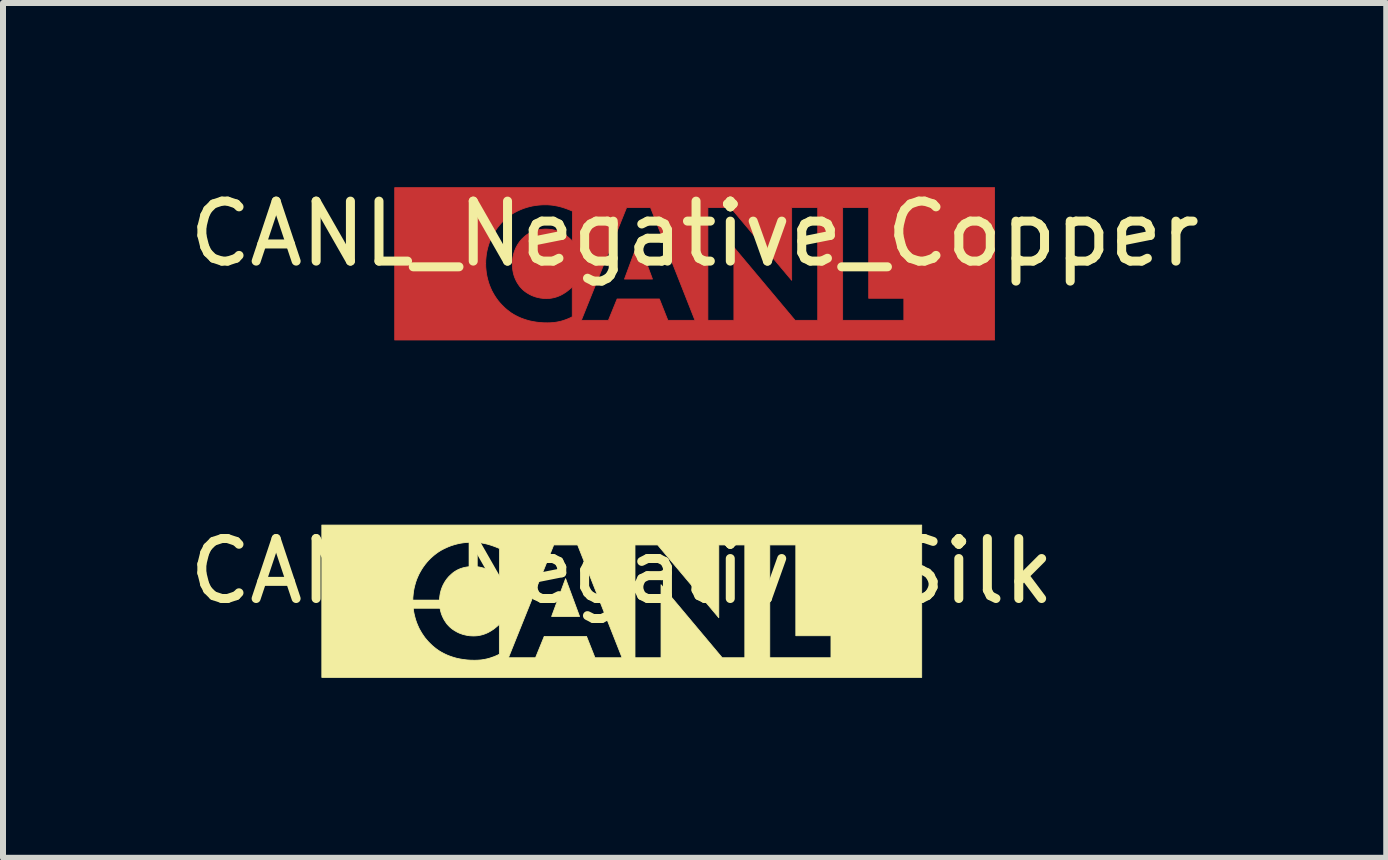
<source format=kicad_pcb>
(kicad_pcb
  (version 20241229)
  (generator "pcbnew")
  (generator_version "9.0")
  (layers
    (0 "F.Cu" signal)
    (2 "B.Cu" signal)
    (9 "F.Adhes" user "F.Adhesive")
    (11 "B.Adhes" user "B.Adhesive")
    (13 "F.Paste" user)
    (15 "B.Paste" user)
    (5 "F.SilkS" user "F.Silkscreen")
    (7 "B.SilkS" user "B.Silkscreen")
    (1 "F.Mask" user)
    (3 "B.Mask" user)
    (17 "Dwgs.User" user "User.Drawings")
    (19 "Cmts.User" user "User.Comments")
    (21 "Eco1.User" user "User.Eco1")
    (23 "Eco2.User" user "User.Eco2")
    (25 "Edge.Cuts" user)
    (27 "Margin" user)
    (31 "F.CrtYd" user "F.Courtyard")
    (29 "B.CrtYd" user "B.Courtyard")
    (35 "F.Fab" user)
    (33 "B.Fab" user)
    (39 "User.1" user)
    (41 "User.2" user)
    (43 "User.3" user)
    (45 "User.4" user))
  (footprint "CANL_Negative_Silk"
    (layer "F.Cu")
    (at 7.315 6.973)
    (property "Reference" "CANL_Negative_Silk" (at 0 -0.5 0) (unlocked yes) (layer "F.SilkS") (effects (font (size 1 1) (thickness 0.15))))
    (fp_poly (pts (xy -0.703 0.254) (xy -1.169 0.254) (xy -0.936 -0.377)) (stroke (width 0.013) (type solid)) (fill yes) (layer "F.SilkS"))
    (fp_poly (pts (xy 5.001 1.27) (xy -5 1.27) (xy -5 -0.004) (xy -3.483 -0.004) (xy -3.482 0.052) (xy -3.477 0.107) (xy -3.471 0.16) (xy -3.461 0.212) (xy -3.449 0.262) (xy -3.435 0.311) (xy -3.419 0.358) (xy -3.4 0.404) (xy -3.38 0.449) (xy -3.357 0.491) (xy -3.333 0.532) (xy -3.307 0.571) (xy -3.28 0.609) (xy -3.251 0.644) (xy -3.221 0.678) (xy -3.19 0.709) (xy -3.16 0.738) (xy -3.128 0.765) (xy -3.094 0.792) (xy -3.058 0.818) (xy -3.02 0.842) (xy -2.98 0.864) (xy -2.938 0.885) (xy -2.893 0.905) (xy -2.846 0.922) (xy -2.797 0.938) (xy -2.746 0.952) (xy -2.692 0.963) (xy -2.636 0.972) (xy -2.578 0.979) (xy -2.516 0.983) (xy -2.453 0.984) (xy -2.409 0.983) (xy -2.364 0.98) (xy -2.34 0.978) (xy -2.315 0.974) (xy -2.29 0.97) (xy -2.265 0.965) (xy -2.238 0.959) (xy -2.211 0.952) (xy -2.184 0.943) (xy -2.18 0.942) (xy -1.889 0.942) (xy -1.437 0.942) (xy -1.292 0.586) (xy -0.587 0.586) (xy -0.446 0.942) (xy 0.006 0.942) (xy 0.221 0.942) (xy 0.655 0.942) (xy 0.655 -0.275) (xy 1.675 0.942) (xy 2.052 0.942) (xy 2.468 0.942) (xy 3.488 0.942) (xy 3.488 0.575) (xy 2.902 0.575) (xy 2.902 -0.938) (xy 2.468 -0.938) (xy 2.468 0.942) (xy 2.052 0.942) (xy 2.052 -0.938) (xy 1.618 -0.938) (xy 1.618 0.275) (xy 0.599 -0.938) (xy 0.221 -0.938) (xy 0.221 0.942) (xy 0.006 0.942) (xy -0.735 -0.938) (xy -1.134 -0.938) (xy -1.889 0.942) (xy -2.18 0.942) (xy -2.156 0.934) (xy -2.127 0.923) (xy -2.098 0.911) (xy -2.067 0.897) (xy -2.044 0.885) (xy -2.04 0.885) (xy -2.037 0.882) (xy -2.04 0.884) (xy -2.04 0.885) (xy -2.044 0.885) (xy -2.04 0.884) (xy -2.04 0.385) (xy -2.071 0.413) (xy -2.102 0.439) (xy -2.132 0.463) (xy -2.162 0.483) (xy -2.191 0.501) (xy -2.219 0.517) (xy -2.248 0.531) (xy -2.275 0.542) (xy -2.302 0.552) (xy -2.329 0.56) (xy -2.354 0.566) (xy -2.379 0.571) (xy -2.403 0.575) (xy -2.426 0.577) (xy -2.449 0.578) (xy -2.471 0.579) (xy -2.492 0.578) (xy -2.513 0.577) (xy -2.533 0.576) (xy -2.552 0.573) (xy -2.571 0.571) (xy -2.59 0.567) (xy -2.608 0.563) (xy -2.625 0.559) (xy -2.642 0.555) (xy -2.658 0.55) (xy -2.674 0.544) (xy -2.689 0.539) (xy -2.704 0.533) (xy -2.718 0.527) (xy -2.732 0.52) (xy -2.745 0.514) (xy -2.769 0.5) (xy -2.791 0.487) (xy -2.811 0.474) (xy -2.829 0.461) (xy -2.844 0.449) (xy -2.857 0.438) (xy -2.868 0.428) (xy -2.876 0.42) (xy -2.892 0.403) (xy -2.908 0.386) (xy -2.923 0.367) (xy -2.937 0.346) (xy -2.951 0.325) (xy -2.965 0.302) (xy -2.977 0.278) (xy -2.989 0.253) (xy -3 0.226) (xy -3.01 0.198) (xy -3.018 0.169) (xy -3.025 0.139) (xy -3.031 0.107) (xy -3.035 0.074) (xy -3.038 0.039) (xy -3.039 0.004) (xy -3.038 -0.03) (xy -3.035 -0.063) (xy -3.031 -0.095) (xy -3.026 -0.126) (xy -3.019 -0.156) (xy -3.011 -0.186) (xy -3.001 -0.215) (xy -2.99 -0.243) (xy -2.978 -0.27) (xy -2.964 -0.296) (xy -2.95 -0.321) (xy -2.934 -0.345) (xy -2.918 -0.368) (xy -2.9 -0.39) (xy -2.882 -0.411) (xy -2.862 -0.43) (xy -2.843 -0.448) (xy -2.824 -0.465) (xy -2.804 -0.481) (xy -2.783 -0.495) (xy -2.761 -0.509) (xy -2.739 -0.521) (xy -2.716 -0.532) (xy -2.692 -0.542) (xy -2.668 -0.55) (xy -2.643 -0.558) (xy -2.617 -0.564) (xy -2.591 -0.569) (xy -2.564 -0.573) (xy -2.536 -0.576) (xy -2.507 -0.578) (xy -2.478 -0.579) (xy -2.459 -0.578) (xy -2.441 -0.577) (xy -2.423 -0.576) (xy -2.405 -0.574) (xy -2.387 -0.572) (xy -2.37 -0.569) (xy -2.354 -0.565) (xy -2.337 -0.562) (xy -2.321 -0.557) (xy -2.305 -0.553) (xy -2.275 -0.542) (xy -2.246 -0.53) (xy -2.217 -0.516) (xy -2.191 -0.502) (xy -2.165 -0.486) (xy -2.141 -0.469) (xy -2.117 -0.452) (xy -2.096 -0.434) (xy -2.075 -0.415) (xy -2.055 -0.397) (xy -2.037 -0.377) (xy -2.037 -0.878) (xy -2.071 -0.893) (xy -2.104 -0.906) (xy -2.136 -0.918) (xy -2.167 -0.929) (xy -2.198 -0.939) (xy -2.228 -0.948) (xy -2.257 -0.955) (xy -2.285 -0.962) (xy -2.313 -0.967) (xy -2.339 -0.972) (xy -2.366 -0.976) (xy -2.391 -0.979) (xy -2.416 -0.981) (xy -2.441 -0.983) (xy -2.465 -0.984) (xy -2.488 -0.984) (xy -2.543 -0.983) (xy -2.596 -0.979) (xy -2.648 -0.973) (xy -2.698 -0.965) (xy -2.747 -0.954) (xy -2.795 -0.941) (xy -2.842 -0.926) (xy -2.887 -0.909) (xy -2.93 -0.89) (xy -2.972 -0.87) (xy -3.013 -0.848) (xy -3.052 -0.824) (xy -3.089 -0.798) (xy -3.124 -0.771) (xy -3.158 -0.742) (xy -3.19 -0.713) (xy -3.221 -0.681) (xy -3.251 -0.647) (xy -3.28 -0.611) (xy -3.307 -0.574) (xy -3.333 -0.535) (xy -3.357 -0.494) (xy -3.38 -0.452) (xy -3.4 -0.408) (xy -3.419 -0.363) (xy -3.435 -0.316) (xy -3.449 -0.267) (xy -3.461 -0.218) (xy -3.471 -0.166) (xy -3.477 -0.113) (xy -3.482 -0.059) (xy -3.483 -0.004) (xy -5 -0.004) (xy -5 -1.27) (xy 5.001 -1.27)) (stroke (width 0.013) (type solid)) (fill yes) (layer "F.SilkS")))
  (footprint "CANL_Negative_Copper"
    (layer "F.Cu")
    (at 8.53 1.348)
    (property "Reference" "CANL_Negative_Copper" (at 0 -0.5 0) (unlocked yes) (layer "F.SilkS") (effects (font (size 1 1) (thickness 0.15))))
    (fp_poly (pts (xy -0.703 0.254) (xy -1.169 0.254) (xy -0.936 -0.377)) (stroke (width 0.013) (type solid)) (fill yes) (layer "F.Cu"))
    (fp_poly (pts (xy 5.001 1.27) (xy -5 1.27) (xy -5 -0.004) (xy -3.483 -0.004) (xy -3.482 0.052) (xy -3.477 0.107) (xy -3.471 0.16) (xy -3.461 0.212) (xy -3.449 0.262) (xy -3.435 0.311) (xy -3.419 0.358) (xy -3.4 0.404) (xy -3.38 0.449) (xy -3.357 0.491) (xy -3.333 0.532) (xy -3.307 0.571) (xy -3.28 0.609) (xy -3.251 0.644) (xy -3.221 0.678) (xy -3.19 0.709) (xy -3.16 0.738) (xy -3.128 0.765) (xy -3.094 0.792) (xy -3.058 0.818) (xy -3.02 0.842) (xy -2.98 0.864) (xy -2.938 0.885) (xy -2.893 0.905) (xy -2.846 0.922) (xy -2.797 0.938) (xy -2.746 0.952) (xy -2.692 0.963) (xy -2.636 0.972) (xy -2.578 0.979) (xy -2.516 0.983) (xy -2.453 0.984) (xy -2.409 0.983) (xy -2.364 0.98) (xy -2.34 0.978) (xy -2.315 0.974) (xy -2.29 0.97) (xy -2.265 0.965) (xy -2.238 0.959) (xy -2.211 0.952) (xy -2.184 0.943) (xy -2.18 0.942) (xy -1.889 0.942) (xy -1.437 0.942) (xy -1.292 0.586) (xy -0.587 0.586) (xy -0.446 0.942) (xy 0.006 0.942) (xy 0.221 0.942) (xy 0.655 0.942) (xy 0.655 -0.275) (xy 1.675 0.942) (xy 2.052 0.942) (xy 2.468 0.942) (xy 3.488 0.942) (xy 3.488 0.575) (xy 2.902 0.575) (xy 2.902 -0.938) (xy 2.468 -0.938) (xy 2.468 0.942) (xy 2.052 0.942) (xy 2.052 -0.938) (xy 1.618 -0.938) (xy 1.618 0.275) (xy 0.599 -0.938) (xy 0.221 -0.938) (xy 0.221 0.942) (xy 0.006 0.942) (xy -0.735 -0.938) (xy -1.134 -0.938) (xy -1.889 0.942) (xy -2.18 0.942) (xy -2.156 0.934) (xy -2.127 0.923) (xy -2.098 0.911) (xy -2.067 0.897) (xy -2.044 0.885) (xy -2.04 0.885) (xy -2.037 0.882) (xy -2.04 0.884) (xy -2.04 0.885) (xy -2.044 0.885) (xy -2.04 0.884) (xy -2.04 0.385) (xy -2.071 0.413) (xy -2.102 0.439) (xy -2.132 0.463) (xy -2.162 0.483) (xy -2.191 0.501) (xy -2.219 0.517) (xy -2.248 0.531) (xy -2.275 0.542) (xy -2.302 0.552) (xy -2.329 0.56) (xy -2.354 0.566) (xy -2.379 0.571) (xy -2.403 0.575) (xy -2.426 0.577) (xy -2.449 0.578) (xy -2.471 0.579) (xy -2.492 0.578) (xy -2.513 0.577) (xy -2.533 0.576) (xy -2.552 0.573) (xy -2.571 0.571) (xy -2.59 0.567) (xy -2.608 0.563) (xy -2.625 0.559) (xy -2.642 0.555) (xy -2.658 0.55) (xy -2.674 0.544) (xy -2.689 0.539) (xy -2.704 0.533) (xy -2.718 0.527) (xy -2.732 0.52) (xy -2.745 0.514) (xy -2.769 0.5) (xy -2.791 0.487) (xy -2.811 0.474) (xy -2.829 0.461) (xy -2.844 0.449) (xy -2.857 0.438) (xy -2.868 0.428) (xy -2.876 0.42) (xy -2.892 0.403) (xy -2.908 0.386) (xy -2.923 0.367) (xy -2.937 0.346) (xy -2.951 0.325) (xy -2.965 0.302) (xy -2.977 0.278) (xy -2.989 0.253) (xy -3 0.226) (xy -3.01 0.198) (xy -3.018 0.169) (xy -3.025 0.139) (xy -3.031 0.107) (xy -3.035 0.074) (xy -3.038 0.039) (xy -3.039 0.004) (xy -3.038 -0.03) (xy -3.035 -0.063) (xy -3.031 -0.095) (xy -3.026 -0.126) (xy -3.019 -0.156) (xy -3.011 -0.186) (xy -3.001 -0.215) (xy -2.99 -0.243) (xy -2.978 -0.27) (xy -2.964 -0.296) (xy -2.95 -0.321) (xy -2.934 -0.345) (xy -2.918 -0.368) (xy -2.9 -0.39) (xy -2.882 -0.411) (xy -2.862 -0.43) (xy -2.843 -0.448) (xy -2.824 -0.465) (xy -2.804 -0.481) (xy -2.783 -0.495) (xy -2.761 -0.509) (xy -2.739 -0.521) (xy -2.716 -0.532) (xy -2.692 -0.542) (xy -2.668 -0.55) (xy -2.643 -0.558) (xy -2.617 -0.564) (xy -2.591 -0.569) (xy -2.564 -0.573) (xy -2.536 -0.576) (xy -2.507 -0.578) (xy -2.478 -0.579) (xy -2.459 -0.578) (xy -2.441 -0.577) (xy -2.423 -0.576) (xy -2.405 -0.574) (xy -2.387 -0.572) (xy -2.37 -0.569) (xy -2.354 -0.565) (xy -2.337 -0.562) (xy -2.321 -0.557) (xy -2.305 -0.553) (xy -2.275 -0.542) (xy -2.246 -0.53) (xy -2.217 -0.516) (xy -2.191 -0.502) (xy -2.165 -0.486) (xy -2.141 -0.469) (xy -2.117 -0.452) (xy -2.096 -0.434) (xy -2.075 -0.415) (xy -2.055 -0.397) (xy -2.037 -0.377) (xy -2.037 -0.878) (xy -2.071 -0.893) (xy -2.104 -0.906) (xy -2.136 -0.918) (xy -2.167 -0.929) (xy -2.198 -0.939) (xy -2.228 -0.948) (xy -2.257 -0.955) (xy -2.285 -0.962) (xy -2.313 -0.967) (xy -2.339 -0.972) (xy -2.366 -0.976) (xy -2.391 -0.979) (xy -2.416 -0.981) (xy -2.441 -0.983) (xy -2.465 -0.984) (xy -2.488 -0.984) (xy -2.543 -0.983) (xy -2.596 -0.979) (xy -2.648 -0.973) (xy -2.698 -0.965) (xy -2.747 -0.954) (xy -2.795 -0.941) (xy -2.842 -0.926) (xy -2.887 -0.909) (xy -2.93 -0.89) (xy -2.972 -0.87) (xy -3.013 -0.848) (xy -3.052 -0.824) (xy -3.089 -0.798) (xy -3.124 -0.771) (xy -3.158 -0.742) (xy -3.19 -0.713) (xy -3.221 -0.681) (xy -3.251 -0.647) (xy -3.28 -0.611) (xy -3.307 -0.574) (xy -3.333 -0.535) (xy -3.357 -0.494) (xy -3.38 -0.452) (xy -3.4 -0.408) (xy -3.419 -0.363) (xy -3.435 -0.316) (xy -3.449 -0.267) (xy -3.461 -0.218) (xy -3.471 -0.166) (xy -3.477 -0.113) (xy -3.482 -0.059) (xy -3.483 -0.004) (xy -5 -0.004) (xy -5 -1.27) (xy 5.001 -1.27)) (stroke (width 0.013) (type solid)) (fill yes) (layer "F.Cu")))
  (gr_rect
    (start -3 -3)
    (end 20.06 11.25)
    (stroke (width 0.1) (type default))
    (fill no)
    (layer "Edge.Cuts")))
</source>
